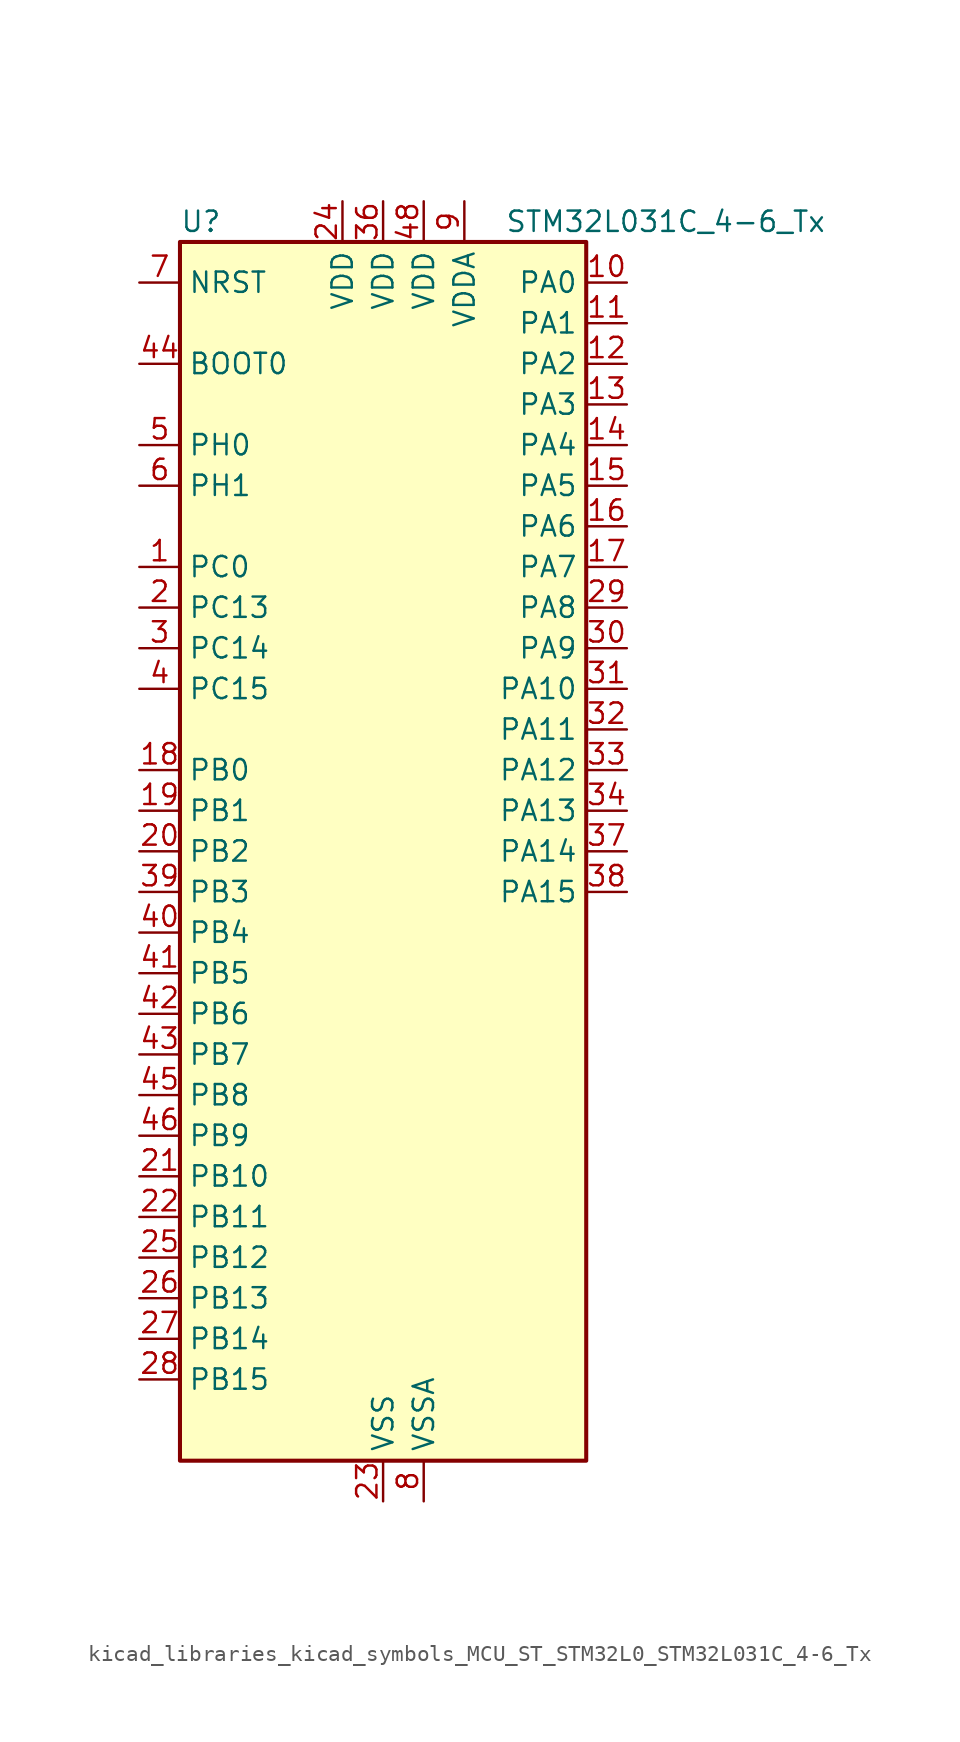
<source format=kicad_sym>
(kicad_symbol_lib
  (version 20220914)
  (generator kicad_symbol_editor)
  (symbol "kicad_libraries_kicad_symbols_MCU_ST_STM32L0_STM32L031C_4-6_Tx"
    (property "Reference" "U"
      (at -12.7 39.37 0)
      (effects (font (size 1.27 1.27)) (justify left)))
    (property "Value" "STM32L031C_4-6_Tx"
      (at 7.62 39.37 0)
      (effects (font (size 1.27 1.27)) (justify left)))
    (property "ki_locked" ""
      (at 0 0 0)
      (effects (font (size 1.27 1.27))))
    (symbol "kicad_libraries_kicad_symbols_MCU_ST_STM32L0_STM32L031C_4-6_Tx_0_1"
      (rectangle (start -12.7 -38.1) (end 12.7 38.1) (stroke (width 0.254) (type default)) (fill (type background))))
    (symbol "kicad_libraries_kicad_symbols_MCU_ST_STM32L0_STM32L031C_4-6_Tx_1_1"
      (pin bidirectional line (at -15.24 17.78 0) (length 2.54) (name "PC0" (effects (font (size 1.27 1.27)))) (number "1" (effects (font (size 1.27 1.27)))) (alternate "LPTIM1_IN1" bidirectional line) (alternate "LPUART1_RX" bidirectional line))
      (pin bidirectional line (at 15.24 35.56 180) (length 2.54) (name "PA0" (effects (font (size 1.27 1.27)))) (number "10" (effects (font (size 1.27 1.27)))) (alternate "ADC_IN0" bidirectional line) (alternate "COMP1_INM" bidirectional line) (alternate "COMP1_OUT" bidirectional line) (alternate "LPTIM1_IN1" bidirectional line) (alternate "RTC_TAMP2" bidirectional line) (alternate "SYS_WKUP1" bidirectional line) (alternate "TIM2_CH1" bidirectional line) (alternate "TIM2_ETR" bidirectional line) (alternate "USART2_CTS" bidirectional line))
      (pin bidirectional line (at 15.24 33.02 180) (length 2.54) (name "PA1" (effects (font (size 1.27 1.27)))) (number "11" (effects (font (size 1.27 1.27)))) (alternate "ADC_IN1" bidirectional line) (alternate "COMP1_INP" bidirectional line) (alternate "I2C1_SMBA" bidirectional line) (alternate "LPTIM1_IN2" bidirectional line) (alternate "TIM21_ETR" bidirectional line) (alternate "TIM2_CH2" bidirectional line) (alternate "USART2_DE" bidirectional line) (alternate "USART2_RTS" bidirectional line))
      (pin bidirectional line (at 15.24 30.48 180) (length 2.54) (name "PA2" (effects (font (size 1.27 1.27)))) (number "12" (effects (font (size 1.27 1.27)))) (alternate "ADC_IN2" bidirectional line) (alternate "COMP2_INM" bidirectional line) (alternate "COMP2_OUT" bidirectional line) (alternate "LPUART1_TX" bidirectional line) (alternate "RTC_OUT_ALARM" bidirectional line) (alternate "RTC_OUT_CALIB" bidirectional line) (alternate "RTC_TAMP3" bidirectional line) (alternate "RTC_TS" bidirectional line) (alternate "SYS_WKUP3" bidirectional line) (alternate "TIM21_CH1" bidirectional line) (alternate "TIM2_CH3" bidirectional line) (alternate "USART2_TX" bidirectional line))
      (pin bidirectional line (at 15.24 27.94 180) (length 2.54) (name "PA3" (effects (font (size 1.27 1.27)))) (number "13" (effects (font (size 1.27 1.27)))) (alternate "ADC_IN3" bidirectional line) (alternate "COMP2_INP" bidirectional line) (alternate "LPUART1_RX" bidirectional line) (alternate "TIM21_CH2" bidirectional line) (alternate "TIM2_CH4" bidirectional line) (alternate "USART2_RX" bidirectional line))
      (pin bidirectional line (at 15.24 25.4 180) (length 2.54) (name "PA4" (effects (font (size 1.27 1.27)))) (number "14" (effects (font (size 1.27 1.27)))) (alternate "ADC_IN4" bidirectional line) (alternate "COMP1_INM" bidirectional line) (alternate "COMP2_INM" bidirectional line) (alternate "LPTIM1_IN1" bidirectional line) (alternate "SPI1_NSS" bidirectional line) (alternate "TIM22_ETR" bidirectional line) (alternate "USART2_CK" bidirectional line))
      (pin bidirectional line (at 15.24 22.86 180) (length 2.54) (name "PA5" (effects (font (size 1.27 1.27)))) (number "15" (effects (font (size 1.27 1.27)))) (alternate "ADC_IN5" bidirectional line) (alternate "COMP1_INM" bidirectional line) (alternate "COMP2_INM" bidirectional line) (alternate "LPTIM1_IN2" bidirectional line) (alternate "SPI1_SCK" bidirectional line) (alternate "TIM2_CH1" bidirectional line) (alternate "TIM2_ETR" bidirectional line))
      (pin bidirectional line (at 15.24 20.32 180) (length 2.54) (name "PA6" (effects (font (size 1.27 1.27)))) (number "16" (effects (font (size 1.27 1.27)))) (alternate "ADC_IN6" bidirectional line) (alternate "COMP1_OUT" bidirectional line) (alternate "LPTIM1_ETR" bidirectional line) (alternate "LPUART1_CTS" bidirectional line) (alternate "SPI1_MISO" bidirectional line) (alternate "TIM22_CH1" bidirectional line))
      (pin bidirectional line (at 15.24 17.78 180) (length 2.54) (name "PA7" (effects (font (size 1.27 1.27)))) (number "17" (effects (font (size 1.27 1.27)))) (alternate "ADC_IN7" bidirectional line) (alternate "COMP2_OUT" bidirectional line) (alternate "LPTIM1_OUT" bidirectional line) (alternate "SPI1_MOSI" bidirectional line) (alternate "TIM22_CH2" bidirectional line) (alternate "USART2_CTS" bidirectional line))
      (pin bidirectional line (at -15.24 5.08 0) (length 2.54) (name "PB0" (effects (font (size 1.27 1.27)))) (number "18" (effects (font (size 1.27 1.27)))) (alternate "ADC_IN8" bidirectional line) (alternate "SPI1_MISO" bidirectional line) (alternate "SYS_VREF_OUT_PB0" bidirectional line) (alternate "TIM2_CH3" bidirectional line) (alternate "USART2_DE" bidirectional line) (alternate "USART2_RTS" bidirectional line))
      (pin bidirectional line (at -15.24 2.54 0) (length 2.54) (name "PB1" (effects (font (size 1.27 1.27)))) (number "19" (effects (font (size 1.27 1.27)))) (alternate "ADC_IN9" bidirectional line) (alternate "LPUART1_DE" bidirectional line) (alternate "LPUART1_RTS" bidirectional line) (alternate "SPI1_MOSI" bidirectional line) (alternate "SYS_VREF_OUT_PB1" bidirectional line) (alternate "TIM2_CH4" bidirectional line) (alternate "USART2_CK" bidirectional line))
      (pin bidirectional line (at -15.24 15.24 0) (length 2.54) (name "PC13" (effects (font (size 1.27 1.27)))) (number "2" (effects (font (size 1.27 1.27)))) (alternate "RTC_TAMP1" bidirectional line) (alternate "SYS_WKUP2" bidirectional line))
      (pin bidirectional line (at -15.24 0 0) (length 2.54) (name "PB2" (effects (font (size 1.27 1.27)))) (number "20" (effects (font (size 1.27 1.27)))) (alternate "LPTIM1_OUT" bidirectional line))
      (pin bidirectional line (at -15.24 -20.32 0) (length 2.54) (name "PB10" (effects (font (size 1.27 1.27)))) (number "21" (effects (font (size 1.27 1.27)))) (alternate "LPUART1_TX" bidirectional line) (alternate "TIM2_CH3" bidirectional line))
      (pin bidirectional line (at -15.24 -22.86 0) (length 2.54) (name "PB11" (effects (font (size 1.27 1.27)))) (number "22" (effects (font (size 1.27 1.27)))) (alternate "ADC_EXTI11" bidirectional line) (alternate "LPUART1_RX" bidirectional line) (alternate "TIM2_CH4" bidirectional line))
      (pin power_in line (at 0 -40.64 90) (length 2.54) (name "VSS" (effects (font (size 1.27 1.27)))) (number "23" (effects (font (size 1.27 1.27)))))
      (pin power_in line (at -2.54 40.64 270) (length 2.54) (name "VDD" (effects (font (size 1.27 1.27)))) (number "24" (effects (font (size 1.27 1.27)))))
      (pin bidirectional line (at -15.24 -25.4 0) (length 2.54) (name "PB12" (effects (font (size 1.27 1.27)))) (number "25" (effects (font (size 1.27 1.27)))) (alternate "SPI1_NSS" bidirectional line))
      (pin bidirectional line (at -15.24 -27.94 0) (length 2.54) (name "PB13" (effects (font (size 1.27 1.27)))) (number "26" (effects (font (size 1.27 1.27)))) (alternate "LPUART1_CTS" bidirectional line) (alternate "RCC_MCO" bidirectional line) (alternate "SPI1_SCK" bidirectional line) (alternate "TIM21_CH1" bidirectional line))
      (pin bidirectional line (at -15.24 -30.48 0) (length 2.54) (name "PB14" (effects (font (size 1.27 1.27)))) (number "27" (effects (font (size 1.27 1.27)))) (alternate "LPUART1_DE" bidirectional line) (alternate "LPUART1_RTS" bidirectional line) (alternate "RTC_OUT_ALARM" bidirectional line) (alternate "RTC_OUT_CALIB" bidirectional line) (alternate "SPI1_MISO" bidirectional line) (alternate "TIM21_CH2" bidirectional line))
      (pin bidirectional line (at -15.24 -33.02 0) (length 2.54) (name "PB15" (effects (font (size 1.27 1.27)))) (number "28" (effects (font (size 1.27 1.27)))) (alternate "RTC_REFIN" bidirectional line) (alternate "SPI1_MOSI" bidirectional line))
      (pin bidirectional line (at 15.24 15.24 180) (length 2.54) (name "PA8" (effects (font (size 1.27 1.27)))) (number "29" (effects (font (size 1.27 1.27)))) (alternate "LPTIM1_IN1" bidirectional line) (alternate "RCC_MCO" bidirectional line) (alternate "TIM2_CH1" bidirectional line) (alternate "USART2_CK" bidirectional line))
      (pin bidirectional line (at -15.24 12.7 0) (length 2.54) (name "PC14" (effects (font (size 1.27 1.27)))) (number "3" (effects (font (size 1.27 1.27)))) (alternate "RCC_OSC32_IN" bidirectional line))
      (pin bidirectional line (at 15.24 12.7 180) (length 2.54) (name "PA9" (effects (font (size 1.27 1.27)))) (number "30" (effects (font (size 1.27 1.27)))) (alternate "I2C1_SCL" bidirectional line) (alternate "RCC_MCO" bidirectional line) (alternate "TIM22_CH1" bidirectional line) (alternate "USART2_TX" bidirectional line))
      (pin bidirectional line (at 15.24 10.16 180) (length 2.54) (name "PA10" (effects (font (size 1.27 1.27)))) (number "31" (effects (font (size 1.27 1.27)))) (alternate "I2C1_SDA" bidirectional line) (alternate "TIM22_CH2" bidirectional line) (alternate "USART2_RX" bidirectional line))
      (pin bidirectional line (at 15.24 7.62 180) (length 2.54) (name "PA11" (effects (font (size 1.27 1.27)))) (number "32" (effects (font (size 1.27 1.27)))) (alternate "ADC_EXTI11" bidirectional line) (alternate "COMP1_OUT" bidirectional line) (alternate "SPI1_MISO" bidirectional line) (alternate "TIM21_CH2" bidirectional line) (alternate "USART2_CTS" bidirectional line))
      (pin bidirectional line (at 15.24 5.08 180) (length 2.54) (name "PA12" (effects (font (size 1.27 1.27)))) (number "33" (effects (font (size 1.27 1.27)))) (alternate "COMP2_OUT" bidirectional line) (alternate "SPI1_MOSI" bidirectional line) (alternate "USART2_DE" bidirectional line) (alternate "USART2_RTS" bidirectional line))
      (pin bidirectional line (at 15.24 2.54 180) (length 2.54) (name "PA13" (effects (font (size 1.27 1.27)))) (number "34" (effects (font (size 1.27 1.27)))) (alternate "LPTIM1_ETR" bidirectional line) (alternate "LPUART1_RX" bidirectional line) (alternate "SYS_SWDIO" bidirectional line))
      (pin passive line (at 0 -40.64 90) (length 2.54) hide (name "VSS" (effects (font (size 1.27 1.27)))) (number "35" (effects (font (size 1.27 1.27)))))
      (pin power_in line (at 0 40.64 270) (length 2.54) (name "VDD" (effects (font (size 1.27 1.27)))) (number "36" (effects (font (size 1.27 1.27)))))
      (pin bidirectional line (at 15.24 0 180) (length 2.54) (name "PA14" (effects (font (size 1.27 1.27)))) (number "37" (effects (font (size 1.27 1.27)))) (alternate "I2C1_SMBA" bidirectional line) (alternate "LPTIM1_OUT" bidirectional line) (alternate "LPUART1_TX" bidirectional line) (alternate "SYS_SWCLK" bidirectional line) (alternate "USART2_TX" bidirectional line))
      (pin bidirectional line (at 15.24 -2.54 180) (length 2.54) (name "PA15" (effects (font (size 1.27 1.27)))) (number "38" (effects (font (size 1.27 1.27)))) (alternate "SPI1_NSS" bidirectional line) (alternate "TIM2_CH1" bidirectional line) (alternate "TIM2_ETR" bidirectional line) (alternate "USART2_RX" bidirectional line))
      (pin bidirectional line (at -15.24 -2.54 0) (length 2.54) (name "PB3" (effects (font (size 1.27 1.27)))) (number "39" (effects (font (size 1.27 1.27)))) (alternate "COMP2_INM" bidirectional line) (alternate "SPI1_SCK" bidirectional line) (alternate "TIM2_CH2" bidirectional line))
      (pin bidirectional line (at -15.24 10.16 0) (length 2.54) (name "PC15" (effects (font (size 1.27 1.27)))) (number "4" (effects (font (size 1.27 1.27)))) (alternate "RCC_OSC32_OUT" bidirectional line))
      (pin bidirectional line (at -15.24 -5.08 0) (length 2.54) (name "PB4" (effects (font (size 1.27 1.27)))) (number "40" (effects (font (size 1.27 1.27)))) (alternate "COMP2_INP" bidirectional line) (alternate "SPI1_MISO" bidirectional line) (alternate "TIM22_CH1" bidirectional line))
      (pin bidirectional line (at -15.24 -7.62 0) (length 2.54) (name "PB5" (effects (font (size 1.27 1.27)))) (number "41" (effects (font (size 1.27 1.27)))) (alternate "COMP2_INP" bidirectional line) (alternate "I2C1_SMBA" bidirectional line) (alternate "LPTIM1_IN1" bidirectional line) (alternate "SPI1_MOSI" bidirectional line) (alternate "TIM22_CH2" bidirectional line))
      (pin bidirectional line (at -15.24 -10.16 0) (length 2.54) (name "PB6" (effects (font (size 1.27 1.27)))) (number "42" (effects (font (size 1.27 1.27)))) (alternate "COMP2_INP" bidirectional line) (alternate "I2C1_SCL" bidirectional line) (alternate "LPTIM1_ETR" bidirectional line) (alternate "TIM21_CH1" bidirectional line) (alternate "USART2_TX" bidirectional line))
      (pin bidirectional line (at -15.24 -12.7 0) (length 2.54) (name "PB7" (effects (font (size 1.27 1.27)))) (number "43" (effects (font (size 1.27 1.27)))) (alternate "COMP2_INP" bidirectional line) (alternate "I2C1_SDA" bidirectional line) (alternate "LPTIM1_IN2" bidirectional line) (alternate "SYS_PVD_IN" bidirectional line) (alternate "USART2_RX" bidirectional line))
      (pin input line (at -15.24 30.48 0) (length 2.54) (name "BOOT0" (effects (font (size 1.27 1.27)))) (number "44" (effects (font (size 1.27 1.27)))))
      (pin bidirectional line (at -15.24 -15.24 0) (length 2.54) (name "PB8" (effects (font (size 1.27 1.27)))) (number "45" (effects (font (size 1.27 1.27)))) (alternate "I2C1_SCL" bidirectional line))
      (pin bidirectional line (at -15.24 -17.78 0) (length 2.54) (name "PB9" (effects (font (size 1.27 1.27)))) (number "46" (effects (font (size 1.27 1.27)))) (alternate "I2C1_SDA" bidirectional line))
      (pin passive line (at 0 -40.64 90) (length 2.54) hide (name "VSS" (effects (font (size 1.27 1.27)))) (number "47" (effects (font (size 1.27 1.27)))))
      (pin power_in line (at 2.54 40.64 270) (length 2.54) (name "VDD" (effects (font (size 1.27 1.27)))) (number "48" (effects (font (size 1.27 1.27)))))
      (pin bidirectional line (at -15.24 25.4 0) (length 2.54) (name "PH0" (effects (font (size 1.27 1.27)))) (number "5" (effects (font (size 1.27 1.27)))) (alternate "RCC_OSC_IN" bidirectional line))
      (pin bidirectional line (at -15.24 22.86 0) (length 2.54) (name "PH1" (effects (font (size 1.27 1.27)))) (number "6" (effects (font (size 1.27 1.27)))) (alternate "RCC_OSC_OUT" bidirectional line))
      (pin input line (at -15.24 35.56 0) (length 2.54) (name "NRST" (effects (font (size 1.27 1.27)))) (number "7" (effects (font (size 1.27 1.27)))))
      (pin power_in line (at 2.54 -40.64 90) (length 2.54) (name "VSSA" (effects (font (size 1.27 1.27)))) (number "8" (effects (font (size 1.27 1.27)))))
      (pin power_in line (at 5.08 40.64 270) (length 2.54) (name "VDDA" (effects (font (size 1.27 1.27)))) (number "9" (effects (font (size 1.27 1.27))))))))
</source>
